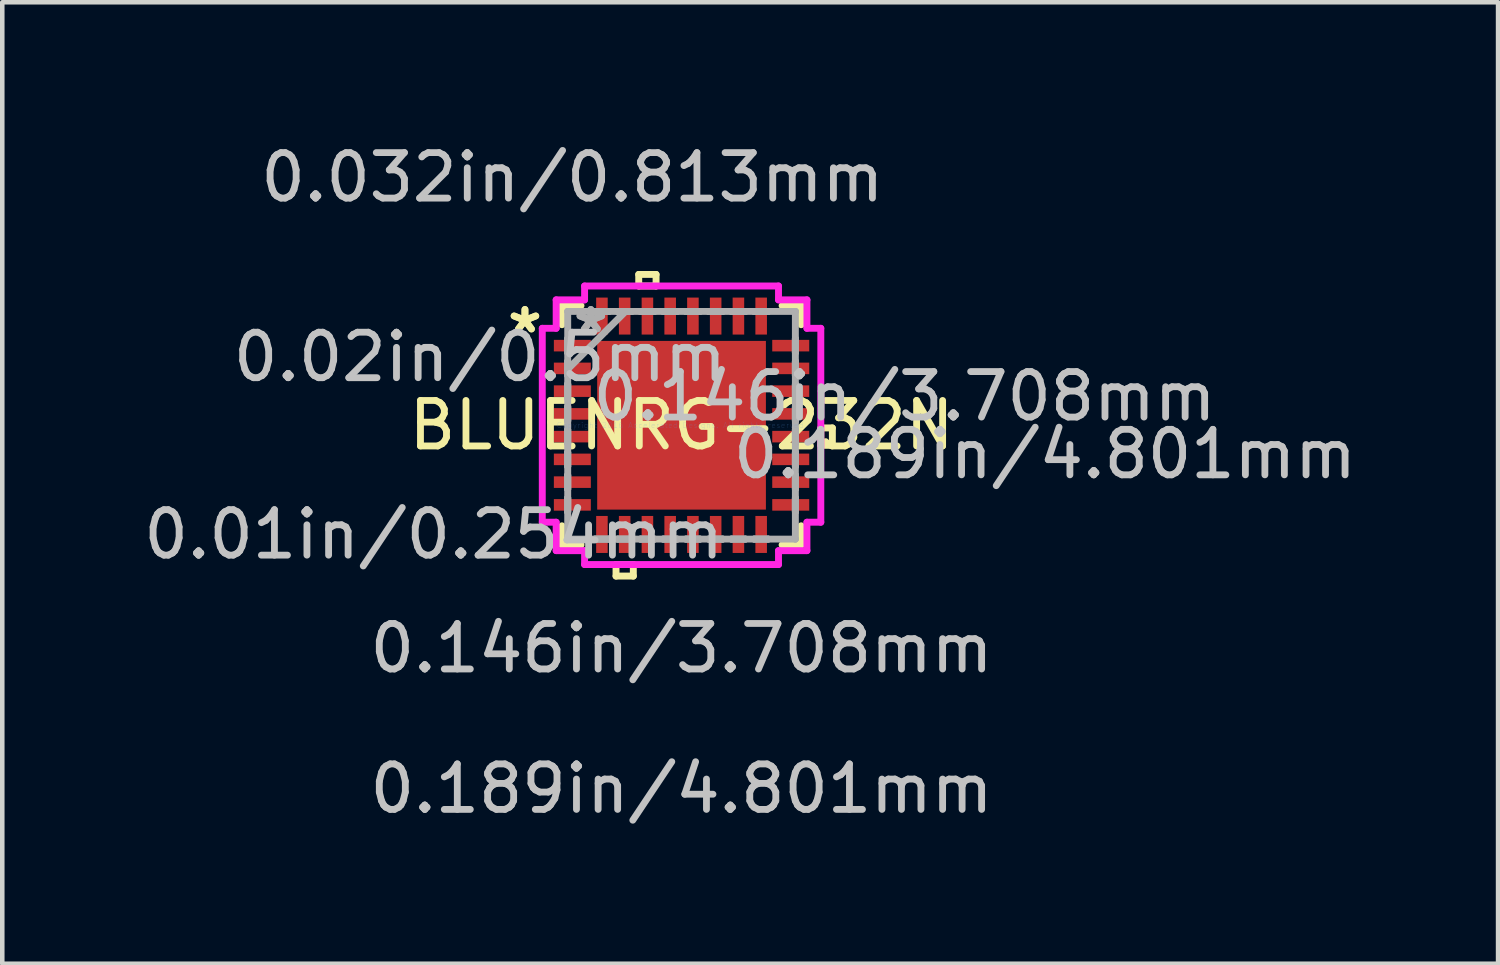
<source format=kicad_pcb>
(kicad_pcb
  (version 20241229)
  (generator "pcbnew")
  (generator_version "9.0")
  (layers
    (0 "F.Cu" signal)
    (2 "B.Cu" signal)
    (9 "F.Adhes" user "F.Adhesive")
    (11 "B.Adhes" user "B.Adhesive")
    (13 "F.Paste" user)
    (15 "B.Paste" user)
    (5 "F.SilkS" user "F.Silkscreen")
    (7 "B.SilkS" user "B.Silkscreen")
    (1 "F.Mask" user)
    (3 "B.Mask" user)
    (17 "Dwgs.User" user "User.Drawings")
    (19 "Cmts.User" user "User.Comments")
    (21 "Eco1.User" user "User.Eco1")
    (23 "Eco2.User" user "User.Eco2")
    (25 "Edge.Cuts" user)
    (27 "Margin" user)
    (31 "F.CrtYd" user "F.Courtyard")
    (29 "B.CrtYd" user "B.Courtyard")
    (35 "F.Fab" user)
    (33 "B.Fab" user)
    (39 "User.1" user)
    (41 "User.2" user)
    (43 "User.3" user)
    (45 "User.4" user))
  (footprint "BLUENRG-232N"
    (layer "F.Cu")
    (at 11.93 6.297)
    (property "Reference" "BLUENRG-232N" (at 0 0 0) (layer "F.SilkS") (effects (font (size 1 1) (thickness 0.15))))
    (attr through_hole)
    (fp_line (start -2.629 -2.629) (end -2.629 -2.21) (stroke (width 0.152) (type solid)) (layer "F.SilkS"))
    (fp_line (start -2.629 2.21) (end -2.629 2.629) (stroke (width 0.152) (type solid)) (layer "F.SilkS"))
    (fp_line (start -2.629 2.629) (end -2.21 2.629) (stroke (width 0.152) (type solid)) (layer "F.SilkS"))
    (fp_line (start -2.21 -2.629) (end -2.629 -2.629) (stroke (width 0.152) (type solid)) (layer "F.SilkS"))
    (fp_line (start -1.44 3.061) (end -1.44 3.315) (stroke (width 0.152) (type solid)) (layer "F.SilkS"))
    (fp_line (start -1.44 3.315) (end -1.06 3.315) (stroke (width 0.152) (type solid)) (layer "F.SilkS"))
    (fp_line (start -1.06 3.061) (end -1.44 3.061) (stroke (width 0.152) (type solid)) (layer "F.SilkS"))
    (fp_line (start -1.06 3.315) (end -1.06 3.061) (stroke (width 0.152) (type solid)) (layer "F.SilkS"))
    (fp_line (start -0.941 -3.315) (end -0.56 -3.315) (stroke (width 0.152) (type solid)) (layer "F.SilkS"))
    (fp_line (start -0.941 -3.061) (end -0.941 -3.315) (stroke (width 0.152) (type solid)) (layer "F.SilkS"))
    (fp_line (start -0.56 -3.315) (end -0.56 -3.061) (stroke (width 0.152) (type solid)) (layer "F.SilkS"))
    (fp_line (start -0.56 -3.061) (end -0.941 -3.061) (stroke (width 0.152) (type solid)) (layer "F.SilkS"))
    (fp_line (start 2.21 2.629) (end 2.629 2.629) (stroke (width 0.152) (type solid)) (layer "F.SilkS"))
    (fp_line (start 2.629 -2.629) (end 2.21 -2.629) (stroke (width 0.152) (type solid)) (layer "F.SilkS"))
    (fp_line (start 2.629 -2.21) (end 2.629 -2.629) (stroke (width 0.152) (type solid)) (layer "F.SilkS"))
    (fp_line (start 2.629 2.629) (end 2.629 2.21) (stroke (width 0.152) (type solid)) (layer "F.SilkS"))
    (fp_line (start 3.061 0.059) (end 3.315 0.059) (stroke (width 0.152) (type solid)) (layer "F.SilkS"))
    (fp_line (start 3.061 0.441) (end 3.061 0.059) (stroke (width 0.152) (type solid)) (layer "F.SilkS"))
    (fp_line (start 3.315 0.059) (end 3.315 0.441) (stroke (width 0.152) (type solid)) (layer "F.SilkS"))
    (fp_line (start 3.315 0.441) (end 3.061 0.441) (stroke (width 0.152) (type solid)) (layer "F.SilkS"))
    (fp_line (start -1.754 -1.754) (end -1.754 -0.1) (stroke (width 0.152) (type solid)) (layer "F.Paste"))
    (fp_line (start -1.754 -0.1) (end -0.1 -0.1) (stroke (width 0.152) (type solid)) (layer "F.Paste"))
    (fp_line (start -1.754 0.1) (end -1.754 1.754) (stroke (width 0.152) (type solid)) (layer "F.Paste"))
    (fp_line (start -1.754 1.754) (end -0.1 1.754) (stroke (width 0.152) (type solid)) (layer "F.Paste"))
    (fp_line (start -0.1 -1.754) (end -1.754 -1.754) (stroke (width 0.152) (type solid)) (layer "F.Paste"))
    (fp_line (start -0.1 -0.1) (end -0.1 -1.754) (stroke (width 0.152) (type solid)) (layer "F.Paste"))
    (fp_line (start -0.1 0.1) (end -1.754 0.1) (stroke (width 0.152) (type solid)) (layer "F.Paste"))
    (fp_line (start -0.1 1.754) (end -0.1 0.1) (stroke (width 0.152) (type solid)) (layer "F.Paste"))
    (fp_line (start 0.1 -1.754) (end 0.1 -0.1) (stroke (width 0.152) (type solid)) (layer "F.Paste"))
    (fp_line (start 0.1 -0.1) (end 1.754 -0.1) (stroke (width 0.152) (type solid)) (layer "F.Paste"))
    (fp_line (start 0.1 0.1) (end 0.1 1.754) (stroke (width 0.152) (type solid)) (layer "F.Paste"))
    (fp_line (start 0.1 1.754) (end 1.754 1.754) (stroke (width 0.152) (type solid)) (layer "F.Paste"))
    (fp_line (start 1.754 -1.754) (end 0.1 -1.754) (stroke (width 0.152) (type solid)) (layer "F.Paste"))
    (fp_line (start 1.754 -0.1) (end 1.754 -1.754) (stroke (width 0.152) (type solid)) (layer "F.Paste"))
    (fp_line (start 1.754 0.1) (end 0.1 0.1) (stroke (width 0.152) (type solid)) (layer "F.Paste"))
    (fp_line (start 1.754 1.754) (end 1.754 0.1) (stroke (width 0.152) (type solid)) (layer "F.Paste"))
    (fp_line (start -3.061 -2.131) (end -2.756 -2.131) (stroke (width 0.152) (type solid)) (layer "F.CrtYd"))
    (fp_line (start -3.061 2.131) (end -3.061 -2.131) (stroke (width 0.152) (type solid)) (layer "F.CrtYd"))
    (fp_line (start -2.756 -2.756) (end -2.131 -2.756) (stroke (width 0.152) (type solid)) (layer "F.CrtYd"))
    (fp_line (start -2.756 -2.131) (end -2.756 -2.756) (stroke (width 0.152) (type solid)) (layer "F.CrtYd"))
    (fp_line (start -2.756 2.131) (end -3.061 2.131) (stroke (width 0.152) (type solid)) (layer "F.CrtYd"))
    (fp_line (start -2.756 2.756) (end -2.756 2.131) (stroke (width 0.152) (type solid)) (layer "F.CrtYd"))
    (fp_line (start -2.131 -3.061) (end 2.131 -3.061) (stroke (width 0.152) (type solid)) (layer "F.CrtYd"))
    (fp_line (start -2.131 -2.756) (end -2.131 -3.061) (stroke (width 0.152) (type solid)) (layer "F.CrtYd"))
    (fp_line (start -2.131 2.756) (end -2.756 2.756) (stroke (width 0.152) (type solid)) (layer "F.CrtYd"))
    (fp_line (start -2.131 3.061) (end -2.131 2.756) (stroke (width 0.152) (type solid)) (layer "F.CrtYd"))
    (fp_line (start 2.131 -3.061) (end 2.131 -2.756) (stroke (width 0.152) (type solid)) (layer "F.CrtYd"))
    (fp_line (start 2.131 -2.756) (end 2.756 -2.756) (stroke (width 0.152) (type solid)) (layer "F.CrtYd"))
    (fp_line (start 2.131 2.756) (end 2.131 3.061) (stroke (width 0.152) (type solid)) (layer "F.CrtYd"))
    (fp_line (start 2.131 3.061) (end -2.131 3.061) (stroke (width 0.152) (type solid)) (layer "F.CrtYd"))
    (fp_line (start 2.756 -2.756) (end 2.756 -2.131) (stroke (width 0.152) (type solid)) (layer "F.CrtYd"))
    (fp_line (start 2.756 -2.131) (end 3.061 -2.131) (stroke (width 0.152) (type solid)) (layer "F.CrtYd"))
    (fp_line (start 2.756 2.131) (end 2.756 2.756) (stroke (width 0.152) (type solid)) (layer "F.CrtYd"))
    (fp_line (start 2.756 2.756) (end 2.131 2.756) (stroke (width 0.152) (type solid)) (layer "F.CrtYd"))
    (fp_line (start 3.061 -2.131) (end 3.061 2.131) (stroke (width 0.152) (type solid)) (layer "F.CrtYd"))
    (fp_line (start 3.061 2.131) (end 2.756 2.131) (stroke (width 0.152) (type solid)) (layer "F.CrtYd"))
    (fp_line (start -2.502 -2.502) (end -2.502 -2.502) (stroke (width 0.152) (type solid)) (layer "F.Fab"))
    (fp_line (start -2.502 -2.502) (end -2.502 2.502) (stroke (width 0.152) (type solid)) (layer "F.Fab"))
    (fp_line (start -2.502 -1.902) (end -2.502 -1.902) (stroke (width 0.152) (type solid)) (layer "F.Fab"))
    (fp_line (start -2.502 -1.902) (end -2.502 -1.598) (stroke (width 0.152) (type solid)) (layer "F.Fab"))
    (fp_line (start -2.502 -1.598) (end -2.502 -1.902) (stroke (width 0.152) (type solid)) (layer "F.Fab"))
    (fp_line (start -2.502 -1.598) (end -2.502 -1.598) (stroke (width 0.152) (type solid)) (layer "F.Fab"))
    (fp_line (start -2.502 -1.402) (end -2.502 -1.402) (stroke (width 0.152) (type solid)) (layer "F.Fab"))
    (fp_line (start -2.502 -1.402) (end -2.502 -1.098) (stroke (width 0.152) (type solid)) (layer "F.Fab"))
    (fp_line (start -2.502 -1.232) (end -1.232 -2.502) (stroke (width 0.152) (type solid)) (layer "F.Fab"))
    (fp_line (start -2.502 -1.098) (end -2.502 -1.402) (stroke (width 0.152) (type solid)) (layer "F.Fab"))
    (fp_line (start -2.502 -1.098) (end -2.502 -1.098) (stroke (width 0.152) (type solid)) (layer "F.Fab"))
    (fp_line (start -2.502 -0.902) (end -2.502 -0.902) (stroke (width 0.152) (type solid)) (layer "F.Fab"))
    (fp_line (start -2.502 -0.902) (end -2.502 -0.598) (stroke (width 0.152) (type solid)) (layer "F.Fab"))
    (fp_line (start -2.502 -0.598) (end -2.502 -0.902) (stroke (width 0.152) (type solid)) (layer "F.Fab"))
    (fp_line (start -2.502 -0.598) (end -2.502 -0.598) (stroke (width 0.152) (type solid)) (layer "F.Fab"))
    (fp_line (start -2.502 -0.402) (end -2.502 -0.402) (stroke (width 0.152) (type solid)) (layer "F.Fab"))
    (fp_line (start -2.502 -0.402) (end -2.502 -0.098) (stroke (width 0.152) (type solid)) (layer "F.Fab"))
    (fp_line (start -2.502 -0.098) (end -2.502 -0.402) (stroke (width 0.152) (type solid)) (layer "F.Fab"))
    (fp_line (start -2.502 -0.098) (end -2.502 -0.098) (stroke (width 0.152) (type solid)) (layer "F.Fab"))
    (fp_line (start -2.502 0.098) (end -2.502 0.098) (stroke (width 0.152) (type solid)) (layer "F.Fab"))
    (fp_line (start -2.502 0.098) (end -2.502 0.402) (stroke (width 0.152) (type solid)) (layer "F.Fab"))
    (fp_line (start -2.502 0.402) (end -2.502 0.098) (stroke (width 0.152) (type solid)) (layer "F.Fab"))
    (fp_line (start -2.502 0.402) (end -2.502 0.402) (stroke (width 0.152) (type solid)) (layer "F.Fab"))
    (fp_line (start -2.502 0.598) (end -2.502 0.598) (stroke (width 0.152) (type solid)) (layer "F.Fab"))
    (fp_line (start -2.502 0.598) (end -2.502 0.902) (stroke (width 0.152) (type solid)) (layer "F.Fab"))
    (fp_line (start -2.502 0.902) (end -2.502 0.598) (stroke (width 0.152) (type solid)) (layer "F.Fab"))
    (fp_line (start -2.502 0.902) (end -2.502 0.902) (stroke (width 0.152) (type solid)) (layer "F.Fab"))
    (fp_line (start -2.502 1.098) (end -2.502 1.098) (stroke (width 0.152) (type solid)) (layer "F.Fab"))
    (fp_line (start -2.502 1.098) (end -2.502 1.402) (stroke (width 0.152) (type solid)) (layer "F.Fab"))
    (fp_line (start -2.502 1.402) (end -2.502 1.098) (stroke (width 0.152) (type solid)) (layer "F.Fab"))
    (fp_line (start -2.502 1.402) (end -2.502 1.402) (stroke (width 0.152) (type solid)) (layer "F.Fab"))
    (fp_line (start -2.502 1.598) (end -2.502 1.598) (stroke (width 0.152) (type solid)) (layer "F.Fab"))
    (fp_line (start -2.502 1.598) (end -2.502 1.902) (stroke (width 0.152) (type solid)) (layer "F.Fab"))
    (fp_line (start -2.502 1.902) (end -2.502 1.598) (stroke (width 0.152) (type solid)) (layer "F.Fab"))
    (fp_line (start -2.502 1.902) (end -2.502 1.902) (stroke (width 0.152) (type solid)) (layer "F.Fab"))
    (fp_line (start -2.502 2.502) (end -2.502 2.502) (stroke (width 0.152) (type solid)) (layer "F.Fab"))
    (fp_line (start -2.502 2.502) (end 2.502 2.502) (stroke (width 0.152) (type solid)) (layer "F.Fab"))
    (fp_line (start -1.902 -2.502) (end -1.902 -2.502) (stroke (width 0.152) (type solid)) (layer "F.Fab"))
    (fp_line (start -1.902 -2.502) (end -1.598 -2.502) (stroke (width 0.152) (type solid)) (layer "F.Fab"))
    (fp_line (start -1.902 2.502) (end -1.902 2.502) (stroke (width 0.152) (type solid)) (layer "F.Fab"))
    (fp_line (start -1.902 2.502) (end -1.598 2.502) (stroke (width 0.152) (type solid)) (layer "F.Fab"))
    (fp_line (start -1.598 -2.502) (end -1.902 -2.502) (stroke (width 0.152) (type solid)) (layer "F.Fab"))
    (fp_line (start -1.598 -2.502) (end -1.598 -2.502) (stroke (width 0.152) (type solid)) (layer "F.Fab"))
    (fp_line (start -1.598 2.502) (end -1.902 2.502) (stroke (width 0.152) (type solid)) (layer "F.Fab"))
    (fp_line (start -1.598 2.502) (end -1.598 2.502) (stroke (width 0.152) (type solid)) (layer "F.Fab"))
    (fp_line (start -1.402 -2.502) (end -1.402 -2.502) (stroke (width 0.152) (type solid)) (layer "F.Fab"))
    (fp_line (start -1.402 -2.502) (end -1.098 -2.502) (stroke (width 0.152) (type solid)) (layer "F.Fab"))
    (fp_line (start -1.402 2.502) (end -1.402 2.502) (stroke (width 0.152) (type solid)) (layer "F.Fab"))
    (fp_line (start -1.402 2.502) (end -1.098 2.502) (stroke (width 0.152) (type solid)) (layer "F.Fab"))
    (fp_line (start -1.098 -2.502) (end -1.402 -2.502) (stroke (width 0.152) (type solid)) (layer "F.Fab"))
    (fp_line (start -1.098 -2.502) (end -1.098 -2.502) (stroke (width 0.152) (type solid)) (layer "F.Fab"))
    (fp_line (start -1.098 2.502) (end -1.402 2.502) (stroke (width 0.152) (type solid)) (layer "F.Fab"))
    (fp_line (start -1.098 2.502) (end -1.098 2.502) (stroke (width 0.152) (type solid)) (layer "F.Fab"))
    (fp_line (start -0.902 -2.502) (end -0.902 -2.502) (stroke (width 0.152) (type solid)) (layer "F.Fab"))
    (fp_line (start -0.902 -2.502) (end -0.598 -2.502) (stroke (width 0.152) (type solid)) (layer "F.Fab"))
    (fp_line (start -0.902 2.502) (end -0.902 2.502) (stroke (width 0.152) (type solid)) (layer "F.Fab"))
    (fp_line (start -0.902 2.502) (end -0.598 2.502) (stroke (width 0.152) (type solid)) (layer "F.Fab"))
    (fp_line (start -0.598 -2.502) (end -0.902 -2.502) (stroke (width 0.152) (type solid)) (layer "F.Fab"))
    (fp_line (start -0.598 -2.502) (end -0.598 -2.502) (stroke (width 0.152) (type solid)) (layer "F.Fab"))
    (fp_line (start -0.598 2.502) (end -0.902 2.502) (stroke (width 0.152) (type solid)) (layer "F.Fab"))
    (fp_line (start -0.598 2.502) (end -0.598 2.502) (stroke (width 0.152) (type solid)) (layer "F.Fab"))
    (fp_line (start -0.402 -2.502) (end -0.402 -2.502) (stroke (width 0.152) (type solid)) (layer "F.Fab"))
    (fp_line (start -0.402 -2.502) (end -0.098 -2.502) (stroke (width 0.152) (type solid)) (layer "F.Fab"))
    (fp_line (start -0.402 2.502) (end -0.402 2.502) (stroke (width 0.152) (type solid)) (layer "F.Fab"))
    (fp_line (start -0.402 2.502) (end -0.098 2.502) (stroke (width 0.152) (type solid)) (layer "F.Fab"))
    (fp_line (start -0.098 -2.502) (end -0.402 -2.502) (stroke (width 0.152) (type solid)) (layer "F.Fab"))
    (fp_line (start -0.098 -2.502) (end -0.098 -2.502) (stroke (width 0.152) (type solid)) (layer "F.Fab"))
    (fp_line (start -0.098 2.502) (end -0.402 2.502) (stroke (width 0.152) (type solid)) (layer "F.Fab"))
    (fp_line (start -0.098 2.502) (end -0.098 2.502) (stroke (width 0.152) (type solid)) (layer "F.Fab"))
    (fp_line (start 0.098 -2.502) (end 0.098 -2.502) (stroke (width 0.152) (type solid)) (layer "F.Fab"))
    (fp_line (start 0.098 -2.502) (end 0.402 -2.502) (stroke (width 0.152) (type solid)) (layer "F.Fab"))
    (fp_line (start 0.098 2.502) (end 0.098 2.502) (stroke (width 0.152) (type solid)) (layer "F.Fab"))
    (fp_line (start 0.098 2.502) (end 0.402 2.502) (stroke (width 0.152) (type solid)) (layer "F.Fab"))
    (fp_line (start 0.402 -2.502) (end 0.098 -2.502) (stroke (width 0.152) (type solid)) (layer "F.Fab"))
    (fp_line (start 0.402 -2.502) (end 0.402 -2.502) (stroke (width 0.152) (type solid)) (layer "F.Fab"))
    (fp_line (start 0.402 2.502) (end 0.098 2.502) (stroke (width 0.152) (type solid)) (layer "F.Fab"))
    (fp_line (start 0.402 2.502) (end 0.402 2.502) (stroke (width 0.152) (type solid)) (layer "F.Fab"))
    (fp_line (start 0.598 -2.502) (end 0.598 -2.502) (stroke (width 0.152) (type solid)) (layer "F.Fab"))
    (fp_line (start 0.598 -2.502) (end 0.902 -2.502) (stroke (width 0.152) (type solid)) (layer "F.Fab"))
    (fp_line (start 0.598 2.502) (end 0.598 2.502) (stroke (width 0.152) (type solid)) (layer "F.Fab"))
    (fp_line (start 0.598 2.502) (end 0.902 2.502) (stroke (width 0.152) (type solid)) (layer "F.Fab"))
    (fp_line (start 0.902 -2.502) (end 0.598 -2.502) (stroke (width 0.152) (type solid)) (layer "F.Fab"))
    (fp_line (start 0.902 -2.502) (end 0.902 -2.502) (stroke (width 0.152) (type solid)) (layer "F.Fab"))
    (fp_line (start 0.902 2.502) (end 0.598 2.502) (stroke (width 0.152) (type solid)) (layer "F.Fab"))
    (fp_line (start 0.902 2.502) (end 0.902 2.502) (stroke (width 0.152) (type solid)) (layer "F.Fab"))
    (fp_line (start 1.098 -2.502) (end 1.098 -2.502) (stroke (width 0.152) (type solid)) (layer "F.Fab"))
    (fp_line (start 1.098 -2.502) (end 1.402 -2.502) (stroke (width 0.152) (type solid)) (layer "F.Fab"))
    (fp_line (start 1.098 2.502) (end 1.098 2.502) (stroke (width 0.152) (type solid)) (layer "F.Fab"))
    (fp_line (start 1.098 2.502) (end 1.402 2.502) (stroke (width 0.152) (type solid)) (layer "F.Fab"))
    (fp_line (start 1.402 -2.502) (end 1.098 -2.502) (stroke (width 0.152) (type solid)) (layer "F.Fab"))
    (fp_line (start 1.402 -2.502) (end 1.402 -2.502) (stroke (width 0.152) (type solid)) (layer "F.Fab"))
    (fp_line (start 1.402 2.502) (end 1.098 2.502) (stroke (width 0.152) (type solid)) (layer "F.Fab"))
    (fp_line (start 1.402 2.502) (end 1.402 2.502) (stroke (width 0.152) (type solid)) (layer "F.Fab"))
    (fp_line (start 1.598 -2.502) (end 1.598 -2.502) (stroke (width 0.152) (type solid)) (layer "F.Fab"))
    (fp_line (start 1.598 -2.502) (end 1.902 -2.502) (stroke (width 0.152) (type solid)) (layer "F.Fab"))
    (fp_line (start 1.598 2.502) (end 1.598 2.502) (stroke (width 0.152) (type solid)) (layer "F.Fab"))
    (fp_line (start 1.598 2.502) (end 1.902 2.502) (stroke (width 0.152) (type solid)) (layer "F.Fab"))
    (fp_line (start 1.902 -2.502) (end 1.598 -2.502) (stroke (width 0.152) (type solid)) (layer "F.Fab"))
    (fp_line (start 1.902 -2.502) (end 1.902 -2.502) (stroke (width 0.152) (type solid)) (layer "F.Fab"))
    (fp_line (start 1.902 2.502) (end 1.598 2.502) (stroke (width 0.152) (type solid)) (layer "F.Fab"))
    (fp_line (start 1.902 2.502) (end 1.902 2.502) (stroke (width 0.152) (type solid)) (layer "F.Fab"))
    (fp_line (start 2.502 -2.502) (end -2.502 -2.502) (stroke (width 0.152) (type solid)) (layer "F.Fab"))
    (fp_line (start 2.502 -2.502) (end 2.502 -2.502) (stroke (width 0.152) (type solid)) (layer "F.Fab"))
    (fp_line (start 2.502 -1.902) (end 2.502 -1.902) (stroke (width 0.152) (type solid)) (layer "F.Fab"))
    (fp_line (start 2.502 -1.902) (end 2.502 -1.598) (stroke (width 0.152) (type solid)) (layer "F.Fab"))
    (fp_line (start 2.502 -1.598) (end 2.502 -1.902) (stroke (width 0.152) (type solid)) (layer "F.Fab"))
    (fp_line (start 2.502 -1.598) (end 2.502 -1.598) (stroke (width 0.152) (type solid)) (layer "F.Fab"))
    (fp_line (start 2.502 -1.402) (end 2.502 -1.402) (stroke (width 0.152) (type solid)) (layer "F.Fab"))
    (fp_line (start 2.502 -1.402) (end 2.502 -1.098) (stroke (width 0.152) (type solid)) (layer "F.Fab"))
    (fp_line (start 2.502 -1.098) (end 2.502 -1.402) (stroke (width 0.152) (type solid)) (layer "F.Fab"))
    (fp_line (start 2.502 -1.098) (end 2.502 -1.098) (stroke (width 0.152) (type solid)) (layer "F.Fab"))
    (fp_line (start 2.502 -0.902) (end 2.502 -0.902) (stroke (width 0.152) (type solid)) (layer "F.Fab"))
    (fp_line (start 2.502 -0.902) (end 2.502 -0.598) (stroke (width 0.152) (type solid)) (layer "F.Fab"))
    (fp_line (start 2.502 -0.598) (end 2.502 -0.902) (stroke (width 0.152) (type solid)) (layer "F.Fab"))
    (fp_line (start 2.502 -0.598) (end 2.502 -0.598) (stroke (width 0.152) (type solid)) (layer "F.Fab"))
    (fp_line (start 2.502 -0.402) (end 2.502 -0.402) (stroke (width 0.152) (type solid)) (layer "F.Fab"))
    (fp_line (start 2.502 -0.402) (end 2.502 -0.098) (stroke (width 0.152) (type solid)) (layer "F.Fab"))
    (fp_line (start 2.502 -0.098) (end 2.502 -0.402) (stroke (width 0.152) (type solid)) (layer "F.Fab"))
    (fp_line (start 2.502 -0.098) (end 2.502 -0.098) (stroke (width 0.152) (type solid)) (layer "F.Fab"))
    (fp_line (start 2.502 0.098) (end 2.502 0.098) (stroke (width 0.152) (type solid)) (layer "F.Fab"))
    (fp_line (start 2.502 0.098) (end 2.502 0.402) (stroke (width 0.152) (type solid)) (layer "F.Fab"))
    (fp_line (start 2.502 0.402) (end 2.502 0.098) (stroke (width 0.152) (type solid)) (layer "F.Fab"))
    (fp_line (start 2.502 0.402) (end 2.502 0.402) (stroke (width 0.152) (type solid)) (layer "F.Fab"))
    (fp_line (start 2.502 0.598) (end 2.502 0.598) (stroke (width 0.152) (type solid)) (layer "F.Fab"))
    (fp_line (start 2.502 0.598) (end 2.502 0.902) (stroke (width 0.152) (type solid)) (layer "F.Fab"))
    (fp_line (start 2.502 0.902) (end 2.502 0.598) (stroke (width 0.152) (type solid)) (layer "F.Fab"))
    (fp_line (start 2.502 0.902) (end 2.502 0.902) (stroke (width 0.152) (type solid)) (layer "F.Fab"))
    (fp_line (start 2.502 1.098) (end 2.502 1.098) (stroke (width 0.152) (type solid)) (layer "F.Fab"))
    (fp_line (start 2.502 1.098) (end 2.502 1.402) (stroke (width 0.152) (type solid)) (layer "F.Fab"))
    (fp_line (start 2.502 1.402) (end 2.502 1.098) (stroke (width 0.152) (type solid)) (layer "F.Fab"))
    (fp_line (start 2.502 1.402) (end 2.502 1.402) (stroke (width 0.152) (type solid)) (layer "F.Fab"))
    (fp_line (start 2.502 1.598) (end 2.502 1.598) (stroke (width 0.152) (type solid)) (layer "F.Fab"))
    (fp_line (start 2.502 1.598) (end 2.502 1.902) (stroke (width 0.152) (type solid)) (layer "F.Fab"))
    (fp_line (start 2.502 1.902) (end 2.502 1.598) (stroke (width 0.152) (type solid)) (layer "F.Fab"))
    (fp_line (start 2.502 1.902) (end 2.502 1.902) (stroke (width 0.152) (type solid)) (layer "F.Fab"))
    (fp_line (start 2.502 2.502) (end 2.502 -2.502) (stroke (width 0.152) (type solid)) (layer "F.Fab"))
    (fp_line (start 2.502 2.502) (end 2.502 2.502) (stroke (width 0.152) (type solid)) (layer "F.Fab"))
    (fp_text user "*" (at -3.442 -2 0) (layer "F.SilkS") (effects (font (size 1 1) (thickness 0.15))))
    (fp_text user "*" (at -3.442 -2 0) (layer "F.SilkS") (effects (font (size 1 1) (thickness 0.15))))
    (fp_text user "0.01in/0.254mm" (at -5.448 2.4 0) (layer "Dwgs.User") (effects (font (size 1 1) (thickness 0.15))))
    (fp_text user "0.189in/4.801mm" (at 7.988 0.635 0) (layer "Dwgs.User") (effects (font (size 1 1) (thickness 0.15))))
    (fp_text user "0.02in/0.5mm" (at -4.432 -1.5 0) (layer "Dwgs.User") (effects (font (size 1 1) (thickness 0.15))))
    (fp_text user "0.146in/3.708mm" (at 0 4.902 0) (layer "Dwgs.User") (effects (font (size 1 1) (thickness 0.15))))
    (fp_text user "0.032in/0.813mm" (at -2.4 -5.448 0) (layer "Dwgs.User") (effects (font (size 1 1) (thickness 0.15))))
    (fp_text user "0.146in/3.708mm" (at 4.902 -0.635 0) (layer "Dwgs.User") (effects (font (size 1 1) (thickness 0.15))))
    (fp_text user "0.189in/4.801mm" (at 0 7.988 0) (layer "Dwgs.User") (effects (font (size 1 1) (thickness 0.15))))
    (fp_text user "Copyright 2016 Accelerated Designs. All rights reserved." (at 0 0 0) (layer "Cmts.User") (effects (font (size 0.127 0.127) (thickness 0.002))))
    (fp_text user "*" (at -1.994 -2 0) (layer "F.Fab") (effects (font (size 1 1) (thickness 0.15))))
    (fp_text user "*" (at -1.994 -2 0) (layer "F.Fab") (effects (font (size 1 1) (thickness 0.15))))
    (pad "1" smd rect (at -2.4 -1.75 90) (size 0.254 0.813) (layers "F.Cu" "F.Mask" "F.Paste"))
    (pad "2" smd rect (at -2.4 -1.25 90) (size 0.254 0.813) (layers "F.Cu" "F.Mask" "F.Paste"))
    (pad "3" smd rect (at -2.4 -0.75 90) (size 0.254 0.813) (layers "F.Cu" "F.Mask" "F.Paste"))
    (pad "4" smd rect (at -2.4 -0.25 90) (size 0.254 0.813) (layers "F.Cu" "F.Mask" "F.Paste"))
    (pad "5" smd rect (at -2.4 0.25 90) (size 0.254 0.813) (layers "F.Cu" "F.Mask" "F.Paste"))
    (pad "6" smd rect (at -2.4 0.75 90) (size 0.254 0.813) (layers "F.Cu" "F.Mask" "F.Paste"))
    (pad "7" smd rect (at -2.4 1.25 90) (size 0.254 0.813) (layers "F.Cu" "F.Mask" "F.Paste"))
    (pad "8" smd rect (at -2.4 1.75 90) (size 0.254 0.813) (layers "F.Cu" "F.Mask" "F.Paste"))
    (pad "9" smd rect (at -1.75 2.4) (size 0.254 0.813) (layers "F.Cu" "F.Mask" "F.Paste"))
    (pad "10" smd rect (at -1.25 2.4) (size 0.254 0.813) (layers "F.Cu" "F.Mask" "F.Paste"))
    (pad "11" smd rect (at -0.75 2.4) (size 0.254 0.813) (layers "F.Cu" "F.Mask" "F.Paste"))
    (pad "12" smd rect (at -0.25 2.4) (size 0.254 0.813) (layers "F.Cu" "F.Mask" "F.Paste"))
    (pad "13" smd rect (at 0.25 2.4) (size 0.254 0.813) (layers "F.Cu" "F.Mask" "F.Paste"))
    (pad "14" smd rect (at 0.75 2.4) (size 0.254 0.813) (layers "F.Cu" "F.Mask" "F.Paste"))
    (pad "15" smd rect (at 1.25 2.4) (size 0.254 0.813) (layers "F.Cu" "F.Mask" "F.Paste"))
    (pad "16" smd rect (at 1.75 2.4) (size 0.254 0.813) (layers "F.Cu" "F.Mask" "F.Paste"))
    (pad "17" smd rect (at 2.4 1.75 90) (size 0.254 0.813) (layers "F.Cu" "F.Mask" "F.Paste"))
    (pad "18" smd rect (at 2.4 1.25 90) (size 0.254 0.813) (layers "F.Cu" "F.Mask" "F.Paste"))
    (pad "19" smd rect (at 2.4 0.75 90) (size 0.254 0.813) (layers "F.Cu" "F.Mask" "F.Paste"))
    (pad "20" smd rect (at 2.4 0.25 90) (size 0.254 0.813) (layers "F.Cu" "F.Mask" "F.Paste"))
    (pad "21" smd rect (at 2.4 -0.25 90) (size 0.254 0.813) (layers "F.Cu" "F.Mask" "F.Paste"))
    (pad "22" smd rect (at 2.4 -0.75 90) (size 0.254 0.813) (layers "F.Cu" "F.Mask" "F.Paste"))
    (pad "23" smd rect (at 2.4 -1.25 90) (size 0.254 0.813) (layers "F.Cu" "F.Mask" "F.Paste"))
    (pad "24" smd rect (at 2.4 -1.75 90) (size 0.254 0.813) (layers "F.Cu" "F.Mask" "F.Paste"))
    (pad "25" smd rect (at 1.75 -2.4) (size 0.254 0.813) (layers "F.Cu" "F.Mask" "F.Paste"))
    (pad "26" smd rect (at 1.25 -2.4) (size 0.254 0.813) (layers "F.Cu" "F.Mask" "F.Paste"))
    (pad "27" smd rect (at 0.75 -2.4) (size 0.254 0.813) (layers "F.Cu" "F.Mask" "F.Paste"))
    (pad "28" smd rect (at 0.25 -2.4) (size 0.254 0.813) (layers "F.Cu" "F.Mask" "F.Paste"))
    (pad "29" smd rect (at -0.25 -2.4) (size 0.254 0.813) (layers "F.Cu" "F.Mask" "F.Paste"))
    (pad "30" smd rect (at -0.75 -2.4) (size 0.254 0.813) (layers "F.Cu" "F.Mask" "F.Paste"))
    (pad "31" smd rect (at -1.25 -2.4) (size 0.254 0.813) (layers "F.Cu" "F.Mask" "F.Paste"))
    (pad "32" smd rect (at -1.75 -2.4) (size 0.254 0.813) (layers "F.Cu" "F.Mask" "F.Paste"))
    (pad "33" smd rect (at 0 0) (size 3.708 3.708) (layers "F.Cu" "F.Mask" "F.Paste")))
  (gr_rect
    (start -3 -3)
    (end 29.877 18.133)
    (stroke (width 0.1) (type default))
    (fill no)
    (layer "Edge.Cuts")))
</source>
